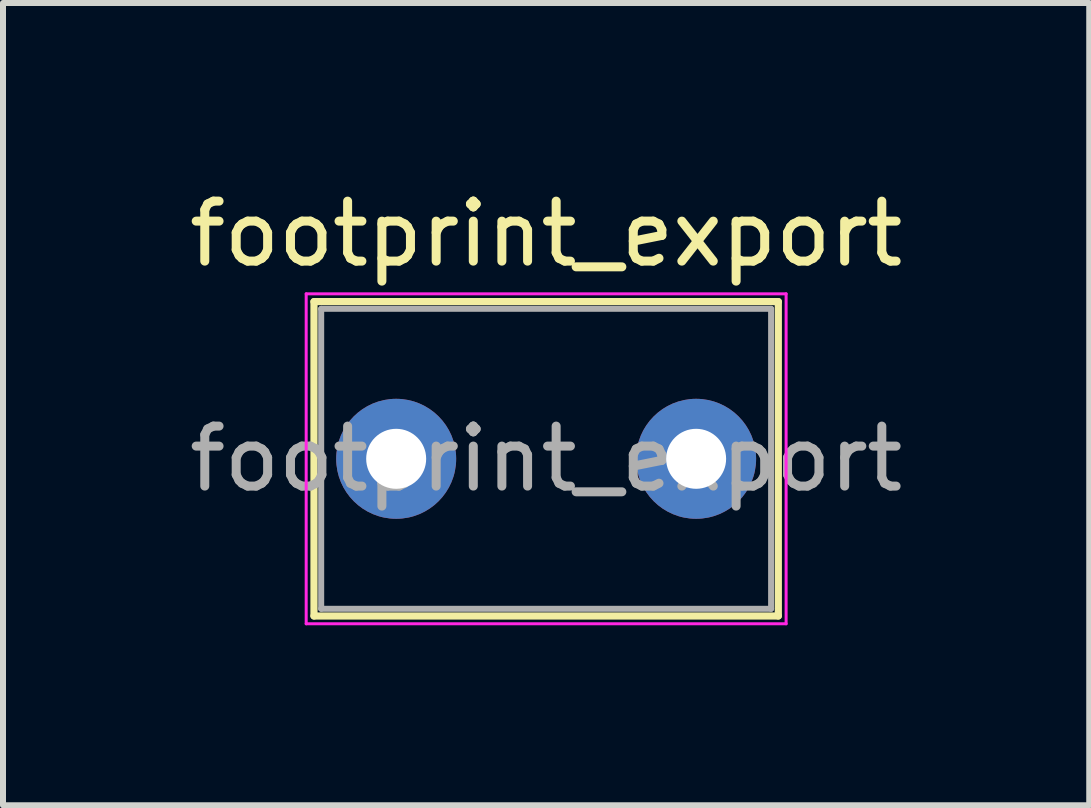
<source format=kicad_pcb>
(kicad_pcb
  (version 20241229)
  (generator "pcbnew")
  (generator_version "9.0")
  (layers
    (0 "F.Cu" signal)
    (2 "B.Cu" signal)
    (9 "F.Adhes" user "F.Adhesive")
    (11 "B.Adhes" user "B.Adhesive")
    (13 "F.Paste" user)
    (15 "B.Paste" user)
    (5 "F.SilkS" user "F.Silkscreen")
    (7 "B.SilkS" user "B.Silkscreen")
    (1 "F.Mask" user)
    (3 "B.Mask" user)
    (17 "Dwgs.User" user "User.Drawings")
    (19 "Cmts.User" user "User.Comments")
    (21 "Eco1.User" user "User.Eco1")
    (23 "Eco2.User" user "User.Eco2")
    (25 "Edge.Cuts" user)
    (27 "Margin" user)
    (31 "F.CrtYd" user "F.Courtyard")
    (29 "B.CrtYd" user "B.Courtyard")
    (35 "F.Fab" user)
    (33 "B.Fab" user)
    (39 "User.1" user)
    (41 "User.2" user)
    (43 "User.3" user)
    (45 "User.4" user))
  (footprint "footprint_export"
    (layer "F.Cu")
    (at 3.554 4.598)
    (property "Reference" "footprint_export" (at 2.5 -3.75 0) (layer "F.SilkS") (effects (font (size 1 1) (thickness 0.15))))
    (attr through_hole)
    (fp_line (start -1.37 -2.62) (end -1.37 2.62) (stroke (width 0.12) (type solid)) (layer "F.SilkS"))
    (fp_line (start -1.37 -2.62) (end 6.37 -2.62) (stroke (width 0.12) (type solid)) (layer "F.SilkS"))
    (fp_line (start -1.37 2.62) (end 6.37 2.62) (stroke (width 0.12) (type solid)) (layer "F.SilkS"))
    (fp_line (start 6.37 -2.62) (end 6.37 2.62) (stroke (width 0.12) (type solid)) (layer "F.SilkS"))
    (fp_line (start -1.5 -2.75) (end -1.5 2.75) (stroke (width 0.05) (type solid)) (layer "F.CrtYd"))
    (fp_line (start -1.5 2.75) (end 6.5 2.75) (stroke (width 0.05) (type solid)) (layer "F.CrtYd"))
    (fp_line (start 6.5 -2.75) (end -1.5 -2.75) (stroke (width 0.05) (type solid)) (layer "F.CrtYd"))
    (fp_line (start 6.5 2.75) (end 6.5 -2.75) (stroke (width 0.05) (type solid)) (layer "F.CrtYd"))
    (fp_line (start -1.25 -2.5) (end -1.25 2.5) (stroke (width 0.1) (type solid)) (layer "F.Fab"))
    (fp_line (start -1.25 2.5) (end 6.25 2.5) (stroke (width 0.1) (type solid)) (layer "F.Fab"))
    (fp_line (start 6.25 -2.5) (end -1.25 -2.5) (stroke (width 0.1) (type solid)) (layer "F.Fab"))
    (fp_line (start 6.25 2.5) (end 6.25 -2.5) (stroke (width 0.1) (type solid)) (layer "F.Fab"))
    (fp_text user "${REFERENCE}" (at 2.5 0 0) (layer "F.Fab") (effects (font (size 1 1) (thickness 0.15))))
    (pad "1" thru_hole circle (at 0 0) (size 2 2) (drill 1) (layers "*.Cu" "*.Mask"))
    (pad "2" thru_hole circle (at 5 0) (size 2 2) (drill 1) (layers "*.Cu" "*.Mask")))
  (gr_rect
    (start -3 -3)
    (end 15.107 10.373)
    (stroke (width 0.1) (type default))
    (fill no)
    (layer "Edge.Cuts")))
</source>
